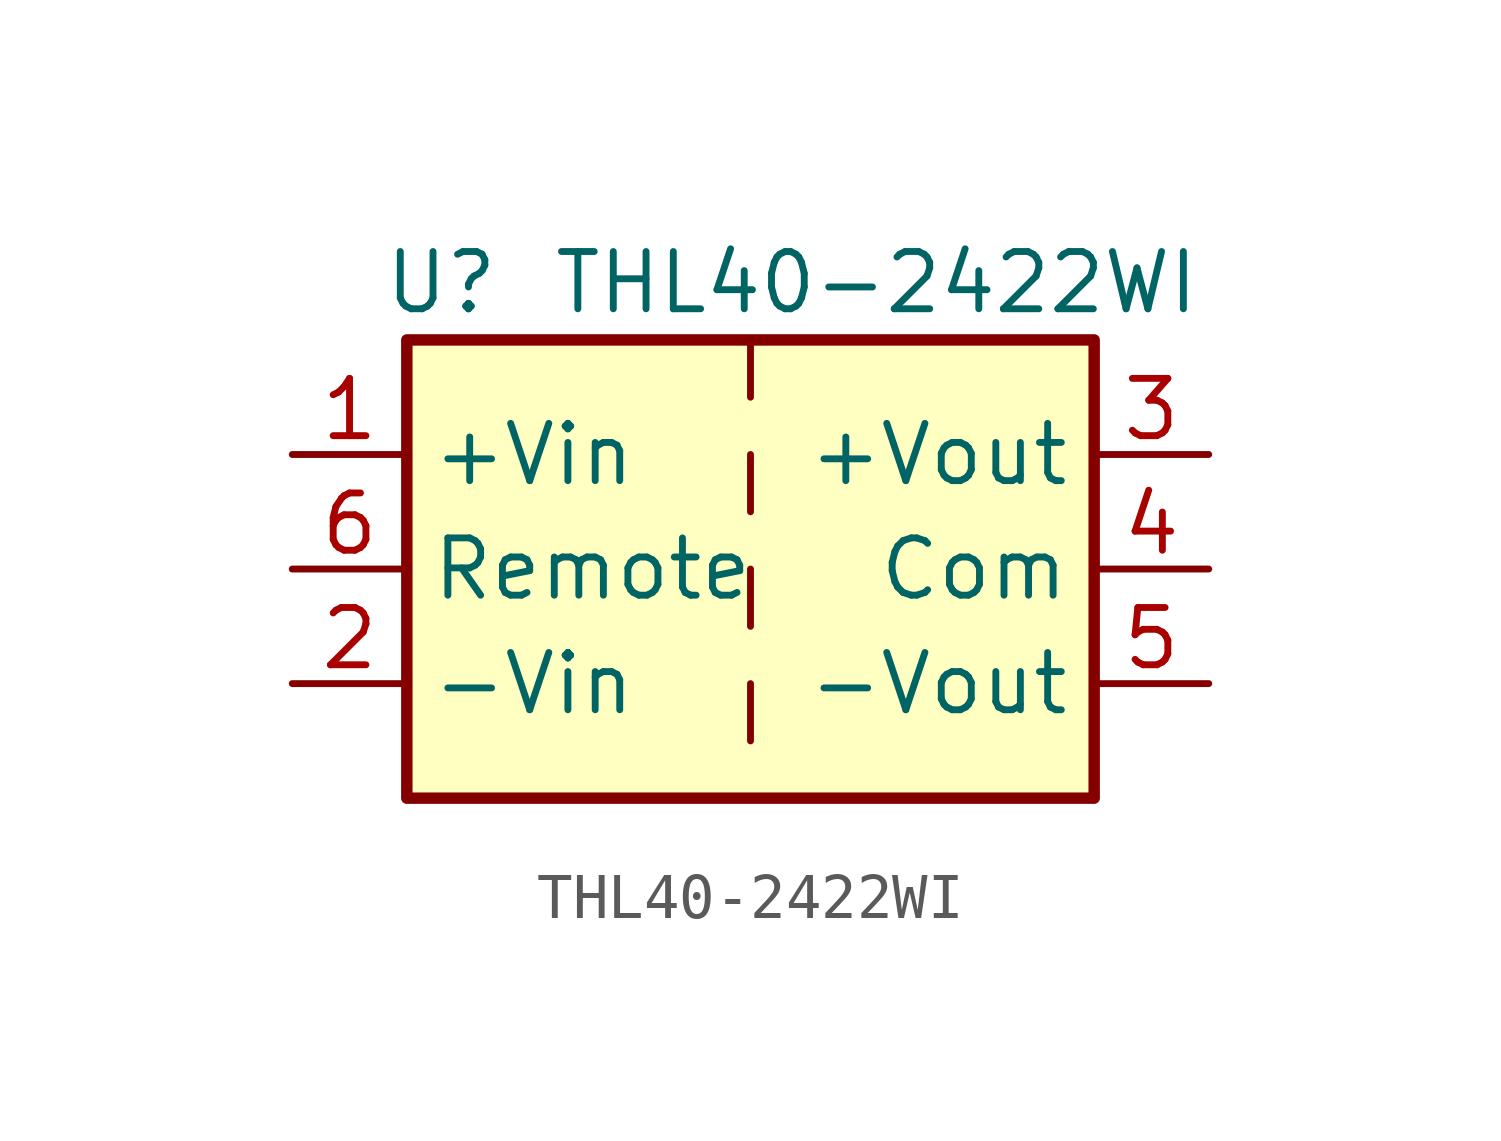
<source format=kicad_sym>
(kicad_symbol_lib
  (version 20241209)
  (generator "kicad_symbol_editor")
  (generator_version "9.0")
  (symbol "THL40-2422WI"
    (property "Reference" "U"
      (at -6.858 6.35 0)
      (effects (font (size 1.27 1.27))))
    (property "Value" "THL40-2422WI"
      (at 2.794 6.35 0)
      (effects (font (size 1.27 1.27))))
    (symbol "THL40-2422WI_0_1"
      (rectangle (start -7.62 5.08) (end 7.62 -5.08) (stroke (width 0.254) (type default)) (fill (type background)))
      (polyline (pts (xy 0 5.08) (xy 0 3.81)) (stroke (width 0) (type default)) (fill (type none)))
      (polyline (pts (xy 0 2.54) (xy 0 1.27)) (stroke (width 0) (type default)) (fill (type none)))
      (polyline (pts (xy 0 0) (xy 0 -1.27)) (stroke (width 0) (type default)) (fill (type none)))
      (polyline (pts (xy 0 -2.54) (xy 0 -3.81)) (stroke (width 0) (type default)) (fill (type none))))
    (symbol "THL40-2422WI_1_0"
      (pin power_in line (at -10.16 2.54 0) (length 2.54) (name "+Vin" (effects (font (size 1.27 1.27)))) (number "1" (effects (font (size 1.27 1.27)))))
      (pin input line (at -10.16 0 0) (length 2.54) (name "Remote" (effects (font (size 1.27 1.27)))) (number "6" (effects (font (size 1.27 1.27)))))
      (pin power_in line (at -10.16 -2.54 0) (length 2.54) (name "-Vin" (effects (font (size 1.27 1.27)))) (number "2" (effects (font (size 1.27 1.27)))))
      (pin power_out line (at 10.16 2.54 180) (length 2.54) (name "+Vout" (effects (font (size 1.27 1.27)))) (number "3" (effects (font (size 1.27 1.27)))))
      (pin passive line (at 10.16 0 180) (length 2.54) (name "Com" (effects (font (size 1.27 1.27)))) (number "4" (effects (font (size 1.27 1.27)))))
      (pin power_out line (at 10.16 -2.54 180) (length 2.54) (name "-Vout" (effects (font (size 1.27 1.27)))) (number "5" (effects (font (size 1.27 1.27))))))))
</source>
